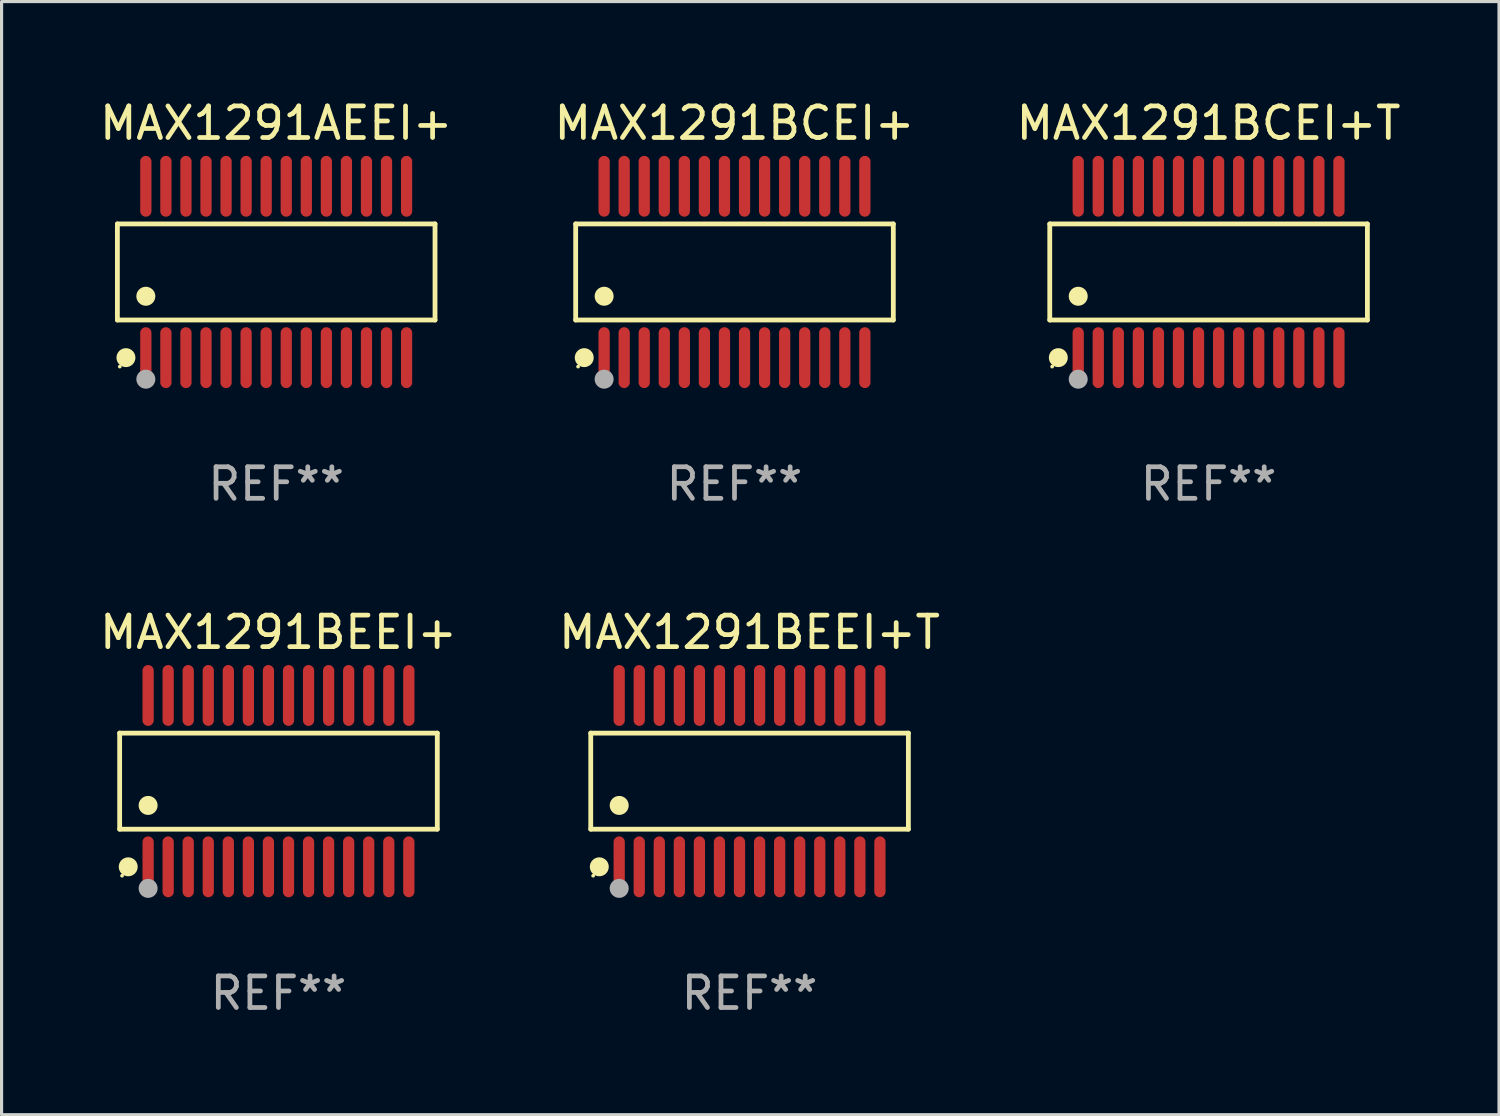
<source format=kicad_pcb>
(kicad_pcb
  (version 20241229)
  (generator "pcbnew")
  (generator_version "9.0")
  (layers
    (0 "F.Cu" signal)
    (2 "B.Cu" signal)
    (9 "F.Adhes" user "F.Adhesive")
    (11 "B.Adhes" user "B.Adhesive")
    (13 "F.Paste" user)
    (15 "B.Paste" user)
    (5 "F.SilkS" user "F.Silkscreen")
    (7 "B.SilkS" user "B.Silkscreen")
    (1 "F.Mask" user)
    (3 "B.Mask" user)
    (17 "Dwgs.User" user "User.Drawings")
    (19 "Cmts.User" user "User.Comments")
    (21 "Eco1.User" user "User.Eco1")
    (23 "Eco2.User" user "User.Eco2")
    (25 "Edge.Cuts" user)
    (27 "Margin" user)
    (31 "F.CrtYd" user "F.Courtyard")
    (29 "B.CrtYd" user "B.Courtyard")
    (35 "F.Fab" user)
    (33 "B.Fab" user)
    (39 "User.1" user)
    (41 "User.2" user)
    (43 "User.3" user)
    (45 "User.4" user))
  (footprint "MAX1291BCEI+"
    (layer "F.Cu")
    (at 20.208 5.562)
    (property "Reference" "MAX1291BCEI+" (at 0 -4.713 0) (layer "F.SilkS") (effects (font (size 1 1) (thickness 0.15))))
    (attr through_hole)
    (fp_line (start -5.029 -1.521) (end 5.029 -1.521) (stroke (width 0.152) (type solid)) (layer "F.SilkS"))
    (fp_line (start -5.029 1.521) (end -5.029 -1.521) (stroke (width 0.152) (type solid)) (layer "F.SilkS"))
    (fp_line (start 5.029 -1.521) (end 5.029 1.521) (stroke (width 0.152) (type solid)) (layer "F.SilkS"))
    (fp_line (start 5.029 1.521) (end -5.029 1.521) (stroke (width 0.152) (type solid)) (layer "F.SilkS"))
    (fp_circle (center -4.953 2.995) (end -4.923 2.995) (stroke (width 0.06) (type solid)) (fill no) (layer "F.SilkS"))
    (fp_circle (center -4.758 2.713) (end -4.608 2.713) (stroke (width 0.3) (type solid)) (fill no) (layer "F.SilkS"))
    (fp_circle (center -4.128 0.769) (end -3.977 0.769) (stroke (width 0.3) (type solid)) (fill no) (layer "F.SilkS"))
    (fp_circle (center -4.128 3.395) (end -3.977 3.395) (stroke (width 0.3) (type solid)) (fill no) (layer "F.Fab"))
    (fp_text user "REF**" (at 0 6.713 0) (layer "F.Fab") (effects (font (size 1 1) (thickness 0.15))))
    (pad "1" smd oval (at -4.128 2.713) (size 0.356 1.927) (layers "F.Cu" "F.Mask" "F.Paste"))
    (pad "2" smd oval (at -3.493 2.713) (size 0.356 1.927) (layers "F.Cu" "F.Mask" "F.Paste"))
    (pad "3" smd oval (at -2.858 2.713) (size 0.356 1.927) (layers "F.Cu" "F.Mask" "F.Paste"))
    (pad "4" smd oval (at -2.223 2.713) (size 0.356 1.927) (layers "F.Cu" "F.Mask" "F.Paste"))
    (pad "5" smd oval (at -1.588 2.713) (size 0.356 1.927) (layers "F.Cu" "F.Mask" "F.Paste"))
    (pad "6" smd oval (at -0.953 2.713) (size 0.356 1.927) (layers "F.Cu" "F.Mask" "F.Paste"))
    (pad "7" smd oval (at -0.318 2.713) (size 0.356 1.927) (layers "F.Cu" "F.Mask" "F.Paste"))
    (pad "8" smd oval (at 0.318 2.713) (size 0.356 1.927) (layers "F.Cu" "F.Mask" "F.Paste"))
    (pad "9" smd oval (at 0.953 2.713) (size 0.356 1.927) (layers "F.Cu" "F.Mask" "F.Paste"))
    (pad "10" smd oval (at 1.588 2.713) (size 0.356 1.927) (layers "F.Cu" "F.Mask" "F.Paste"))
    (pad "11" smd oval (at 2.223 2.713) (size 0.356 1.927) (layers "F.Cu" "F.Mask" "F.Paste"))
    (pad "12" smd oval (at 2.858 2.713) (size 0.356 1.927) (layers "F.Cu" "F.Mask" "F.Paste"))
    (pad "13" smd oval (at 3.493 2.713) (size 0.356 1.927) (layers "F.Cu" "F.Mask" "F.Paste"))
    (pad "14" smd oval (at 4.128 2.713) (size 0.356 1.927) (layers "F.Cu" "F.Mask" "F.Paste"))
    (pad "15" smd oval (at 4.128 -2.713) (size 0.356 1.927) (layers "F.Cu" "F.Mask" "F.Paste"))
    (pad "16" smd oval (at 3.493 -2.713) (size 0.356 1.927) (layers "F.Cu" "F.Mask" "F.Paste"))
    (pad "17" smd oval (at 2.858 -2.713) (size 0.356 1.927) (layers "F.Cu" "F.Mask" "F.Paste"))
    (pad "18" smd oval (at 2.223 -2.713) (size 0.356 1.927) (layers "F.Cu" "F.Mask" "F.Paste"))
    (pad "19" smd oval (at 1.588 -2.713) (size 0.356 1.927) (layers "F.Cu" "F.Mask" "F.Paste"))
    (pad "20" smd oval (at 0.953 -2.713) (size 0.356 1.927) (layers "F.Cu" "F.Mask" "F.Paste"))
    (pad "21" smd oval (at 0.318 -2.713) (size 0.356 1.927) (layers "F.Cu" "F.Mask" "F.Paste"))
    (pad "22" smd oval (at -0.318 -2.713) (size 0.356 1.927) (layers "F.Cu" "F.Mask" "F.Paste"))
    (pad "23" smd oval (at -0.953 -2.713) (size 0.356 1.927) (layers "F.Cu" "F.Mask" "F.Paste"))
    (pad "24" smd oval (at -1.588 -2.713) (size 0.356 1.927) (layers "F.Cu" "F.Mask" "F.Paste"))
    (pad "25" smd oval (at -2.223 -2.713) (size 0.356 1.927) (layers "F.Cu" "F.Mask" "F.Paste"))
    (pad "26" smd oval (at -2.858 -2.713) (size 0.356 1.927) (layers "F.Cu" "F.Mask" "F.Paste"))
    (pad "27" smd oval (at -3.493 -2.713) (size 0.356 1.927) (layers "F.Cu" "F.Mask" "F.Paste"))
    (pad "28" smd oval (at -4.128 -2.713) (size 0.356 1.927) (layers "F.Cu" "F.Mask" "F.Paste")))
  (footprint "MAX1291BCEI+T"
    (layer "F.Cu")
    (at 35.22 5.562)
    (property "Reference" "MAX1291BCEI+T" (at 0 -4.713 0) (layer "F.SilkS") (effects (font (size 1 1) (thickness 0.15))))
    (attr through_hole)
    (fp_line (start -5.029 -1.521) (end 5.029 -1.521) (stroke (width 0.152) (type solid)) (layer "F.SilkS"))
    (fp_line (start -5.029 1.521) (end -5.029 -1.521) (stroke (width 0.152) (type solid)) (layer "F.SilkS"))
    (fp_line (start 5.029 -1.521) (end 5.029 1.521) (stroke (width 0.152) (type solid)) (layer "F.SilkS"))
    (fp_line (start 5.029 1.521) (end -5.029 1.521) (stroke (width 0.152) (type solid)) (layer "F.SilkS"))
    (fp_circle (center -4.953 2.995) (end -4.923 2.995) (stroke (width 0.06) (type solid)) (fill no) (layer "F.SilkS"))
    (fp_circle (center -4.758 2.713) (end -4.608 2.713) (stroke (width 0.3) (type solid)) (fill no) (layer "F.SilkS"))
    (fp_circle (center -4.128 0.769) (end -3.977 0.769) (stroke (width 0.3) (type solid)) (fill no) (layer "F.SilkS"))
    (fp_circle (center -4.128 3.395) (end -3.977 3.395) (stroke (width 0.3) (type solid)) (fill no) (layer "F.Fab"))
    (fp_text user "REF**" (at 0 6.713 0) (layer "F.Fab") (effects (font (size 1 1) (thickness 0.15))))
    (pad "1" smd oval (at -4.128 2.713) (size 0.356 1.927) (layers "F.Cu" "F.Mask" "F.Paste"))
    (pad "2" smd oval (at -3.493 2.713) (size 0.356 1.927) (layers "F.Cu" "F.Mask" "F.Paste"))
    (pad "3" smd oval (at -2.858 2.713) (size 0.356 1.927) (layers "F.Cu" "F.Mask" "F.Paste"))
    (pad "4" smd oval (at -2.223 2.713) (size 0.356 1.927) (layers "F.Cu" "F.Mask" "F.Paste"))
    (pad "5" smd oval (at -1.588 2.713) (size 0.356 1.927) (layers "F.Cu" "F.Mask" "F.Paste"))
    (pad "6" smd oval (at -0.953 2.713) (size 0.356 1.927) (layers "F.Cu" "F.Mask" "F.Paste"))
    (pad "7" smd oval (at -0.318 2.713) (size 0.356 1.927) (layers "F.Cu" "F.Mask" "F.Paste"))
    (pad "8" smd oval (at 0.318 2.713) (size 0.356 1.927) (layers "F.Cu" "F.Mask" "F.Paste"))
    (pad "9" smd oval (at 0.953 2.713) (size 0.356 1.927) (layers "F.Cu" "F.Mask" "F.Paste"))
    (pad "10" smd oval (at 1.588 2.713) (size 0.356 1.927) (layers "F.Cu" "F.Mask" "F.Paste"))
    (pad "11" smd oval (at 2.223 2.713) (size 0.356 1.927) (layers "F.Cu" "F.Mask" "F.Paste"))
    (pad "12" smd oval (at 2.858 2.713) (size 0.356 1.927) (layers "F.Cu" "F.Mask" "F.Paste"))
    (pad "13" smd oval (at 3.493 2.713) (size 0.356 1.927) (layers "F.Cu" "F.Mask" "F.Paste"))
    (pad "14" smd oval (at 4.128 2.713) (size 0.356 1.927) (layers "F.Cu" "F.Mask" "F.Paste"))
    (pad "15" smd oval (at 4.128 -2.713) (size 0.356 1.927) (layers "F.Cu" "F.Mask" "F.Paste"))
    (pad "16" smd oval (at 3.493 -2.713) (size 0.356 1.927) (layers "F.Cu" "F.Mask" "F.Paste"))
    (pad "17" smd oval (at 2.858 -2.713) (size 0.356 1.927) (layers "F.Cu" "F.Mask" "F.Paste"))
    (pad "18" smd oval (at 2.223 -2.713) (size 0.356 1.927) (layers "F.Cu" "F.Mask" "F.Paste"))
    (pad "19" smd oval (at 1.588 -2.713) (size 0.356 1.927) (layers "F.Cu" "F.Mask" "F.Paste"))
    (pad "20" smd oval (at 0.953 -2.713) (size 0.356 1.927) (layers "F.Cu" "F.Mask" "F.Paste"))
    (pad "21" smd oval (at 0.318 -2.713) (size 0.356 1.927) (layers "F.Cu" "F.Mask" "F.Paste"))
    (pad "22" smd oval (at -0.318 -2.713) (size 0.356 1.927) (layers "F.Cu" "F.Mask" "F.Paste"))
    (pad "23" smd oval (at -0.953 -2.713) (size 0.356 1.927) (layers "F.Cu" "F.Mask" "F.Paste"))
    (pad "24" smd oval (at -1.588 -2.713) (size 0.356 1.927) (layers "F.Cu" "F.Mask" "F.Paste"))
    (pad "25" smd oval (at -2.223 -2.713) (size 0.356 1.927) (layers "F.Cu" "F.Mask" "F.Paste"))
    (pad "26" smd oval (at -2.858 -2.713) (size 0.356 1.927) (layers "F.Cu" "F.Mask" "F.Paste"))
    (pad "27" smd oval (at -3.493 -2.713) (size 0.356 1.927) (layers "F.Cu" "F.Mask" "F.Paste"))
    (pad "28" smd oval (at -4.128 -2.713) (size 0.356 1.927) (layers "F.Cu" "F.Mask" "F.Paste")))
  (footprint "MAX1291BEEI+T"
    (layer "F.Cu")
    (at 20.685 21.685)
    (property "Reference" "MAX1291BEEI+T" (at 0 -4.713 0) (layer "F.SilkS") (effects (font (size 1 1) (thickness 0.15))))
    (attr through_hole)
    (fp_line (start -5.029 -1.521) (end 5.029 -1.521) (stroke (width 0.152) (type solid)) (layer "F.SilkS"))
    (fp_line (start -5.029 1.521) (end -5.029 -1.521) (stroke (width 0.152) (type solid)) (layer "F.SilkS"))
    (fp_line (start 5.029 -1.521) (end 5.029 1.521) (stroke (width 0.152) (type solid)) (layer "F.SilkS"))
    (fp_line (start 5.029 1.521) (end -5.029 1.521) (stroke (width 0.152) (type solid)) (layer "F.SilkS"))
    (fp_circle (center -4.953 2.995) (end -4.923 2.995) (stroke (width 0.06) (type solid)) (fill no) (layer "F.SilkS"))
    (fp_circle (center -4.758 2.713) (end -4.608 2.713) (stroke (width 0.3) (type solid)) (fill no) (layer "F.SilkS"))
    (fp_circle (center -4.128 0.769) (end -3.977 0.769) (stroke (width 0.3) (type solid)) (fill no) (layer "F.SilkS"))
    (fp_circle (center -4.128 3.395) (end -3.977 3.395) (stroke (width 0.3) (type solid)) (fill no) (layer "F.Fab"))
    (fp_text user "REF**" (at 0 6.713 0) (layer "F.Fab") (effects (font (size 1 1) (thickness 0.15))))
    (pad "1" smd oval (at -4.128 2.713) (size 0.356 1.927) (layers "F.Cu" "F.Mask" "F.Paste"))
    (pad "2" smd oval (at -3.493 2.713) (size 0.356 1.927) (layers "F.Cu" "F.Mask" "F.Paste"))
    (pad "3" smd oval (at -2.858 2.713) (size 0.356 1.927) (layers "F.Cu" "F.Mask" "F.Paste"))
    (pad "4" smd oval (at -2.223 2.713) (size 0.356 1.927) (layers "F.Cu" "F.Mask" "F.Paste"))
    (pad "5" smd oval (at -1.588 2.713) (size 0.356 1.927) (layers "F.Cu" "F.Mask" "F.Paste"))
    (pad "6" smd oval (at -0.953 2.713) (size 0.356 1.927) (layers "F.Cu" "F.Mask" "F.Paste"))
    (pad "7" smd oval (at -0.318 2.713) (size 0.356 1.927) (layers "F.Cu" "F.Mask" "F.Paste"))
    (pad "8" smd oval (at 0.318 2.713) (size 0.356 1.927) (layers "F.Cu" "F.Mask" "F.Paste"))
    (pad "9" smd oval (at 0.953 2.713) (size 0.356 1.927) (layers "F.Cu" "F.Mask" "F.Paste"))
    (pad "10" smd oval (at 1.588 2.713) (size 0.356 1.927) (layers "F.Cu" "F.Mask" "F.Paste"))
    (pad "11" smd oval (at 2.223 2.713) (size 0.356 1.927) (layers "F.Cu" "F.Mask" "F.Paste"))
    (pad "12" smd oval (at 2.858 2.713) (size 0.356 1.927) (layers "F.Cu" "F.Mask" "F.Paste"))
    (pad "13" smd oval (at 3.493 2.713) (size 0.356 1.927) (layers "F.Cu" "F.Mask" "F.Paste"))
    (pad "14" smd oval (at 4.128 2.713) (size 0.356 1.927) (layers "F.Cu" "F.Mask" "F.Paste"))
    (pad "15" smd oval (at 4.128 -2.713) (size 0.356 1.927) (layers "F.Cu" "F.Mask" "F.Paste"))
    (pad "16" smd oval (at 3.493 -2.713) (size 0.356 1.927) (layers "F.Cu" "F.Mask" "F.Paste"))
    (pad "17" smd oval (at 2.858 -2.713) (size 0.356 1.927) (layers "F.Cu" "F.Mask" "F.Paste"))
    (pad "18" smd oval (at 2.223 -2.713) (size 0.356 1.927) (layers "F.Cu" "F.Mask" "F.Paste"))
    (pad "19" smd oval (at 1.588 -2.713) (size 0.356 1.927) (layers "F.Cu" "F.Mask" "F.Paste"))
    (pad "20" smd oval (at 0.953 -2.713) (size 0.356 1.927) (layers "F.Cu" "F.Mask" "F.Paste"))
    (pad "21" smd oval (at 0.318 -2.713) (size 0.356 1.927) (layers "F.Cu" "F.Mask" "F.Paste"))
    (pad "22" smd oval (at -0.318 -2.713) (size 0.356 1.927) (layers "F.Cu" "F.Mask" "F.Paste"))
    (pad "23" smd oval (at -0.953 -2.713) (size 0.356 1.927) (layers "F.Cu" "F.Mask" "F.Paste"))
    (pad "24" smd oval (at -1.588 -2.713) (size 0.356 1.927) (layers "F.Cu" "F.Mask" "F.Paste"))
    (pad "25" smd oval (at -2.223 -2.713) (size 0.356 1.927) (layers "F.Cu" "F.Mask" "F.Paste"))
    (pad "26" smd oval (at -2.858 -2.713) (size 0.356 1.927) (layers "F.Cu" "F.Mask" "F.Paste"))
    (pad "27" smd oval (at -3.493 -2.713) (size 0.356 1.927) (layers "F.Cu" "F.Mask" "F.Paste"))
    (pad "28" smd oval (at -4.128 -2.713) (size 0.356 1.927) (layers "F.Cu" "F.Mask" "F.Paste")))
  (footprint "MAX1291AEEI+"
    (layer "F.Cu")
    (at 5.696 5.562)
    (property "Reference" "MAX1291AEEI+" (at 0 -4.713 0) (layer "F.SilkS") (effects (font (size 1 1) (thickness 0.15))))
    (attr through_hole)
    (fp_line (start -5.029 -1.521) (end 5.029 -1.521) (stroke (width 0.152) (type solid)) (layer "F.SilkS"))
    (fp_line (start -5.029 1.521) (end -5.029 -1.521) (stroke (width 0.152) (type solid)) (layer "F.SilkS"))
    (fp_line (start 5.029 -1.521) (end 5.029 1.521) (stroke (width 0.152) (type solid)) (layer "F.SilkS"))
    (fp_line (start 5.029 1.521) (end -5.029 1.521) (stroke (width 0.152) (type solid)) (layer "F.SilkS"))
    (fp_circle (center -4.953 2.995) (end -4.923 2.995) (stroke (width 0.06) (type solid)) (fill no) (layer "F.SilkS"))
    (fp_circle (center -4.758 2.713) (end -4.608 2.713) (stroke (width 0.3) (type solid)) (fill no) (layer "F.SilkS"))
    (fp_circle (center -4.128 0.769) (end -3.977 0.769) (stroke (width 0.3) (type solid)) (fill no) (layer "F.SilkS"))
    (fp_circle (center -4.128 3.395) (end -3.977 3.395) (stroke (width 0.3) (type solid)) (fill no) (layer "F.Fab"))
    (fp_text user "REF**" (at 0 6.713 0) (layer "F.Fab") (effects (font (size 1 1) (thickness 0.15))))
    (pad "1" smd oval (at -4.128 2.713) (size 0.356 1.927) (layers "F.Cu" "F.Mask" "F.Paste"))
    (pad "2" smd oval (at -3.493 2.713) (size 0.356 1.927) (layers "F.Cu" "F.Mask" "F.Paste"))
    (pad "3" smd oval (at -2.858 2.713) (size 0.356 1.927) (layers "F.Cu" "F.Mask" "F.Paste"))
    (pad "4" smd oval (at -2.223 2.713) (size 0.356 1.927) (layers "F.Cu" "F.Mask" "F.Paste"))
    (pad "5" smd oval (at -1.588 2.713) (size 0.356 1.927) (layers "F.Cu" "F.Mask" "F.Paste"))
    (pad "6" smd oval (at -0.953 2.713) (size 0.356 1.927) (layers "F.Cu" "F.Mask" "F.Paste"))
    (pad "7" smd oval (at -0.318 2.713) (size 0.356 1.927) (layers "F.Cu" "F.Mask" "F.Paste"))
    (pad "8" smd oval (at 0.318 2.713) (size 0.356 1.927) (layers "F.Cu" "F.Mask" "F.Paste"))
    (pad "9" smd oval (at 0.953 2.713) (size 0.356 1.927) (layers "F.Cu" "F.Mask" "F.Paste"))
    (pad "10" smd oval (at 1.588 2.713) (size 0.356 1.927) (layers "F.Cu" "F.Mask" "F.Paste"))
    (pad "11" smd oval (at 2.223 2.713) (size 0.356 1.927) (layers "F.Cu" "F.Mask" "F.Paste"))
    (pad "12" smd oval (at 2.858 2.713) (size 0.356 1.927) (layers "F.Cu" "F.Mask" "F.Paste"))
    (pad "13" smd oval (at 3.493 2.713) (size 0.356 1.927) (layers "F.Cu" "F.Mask" "F.Paste"))
    (pad "14" smd oval (at 4.128 2.713) (size 0.356 1.927) (layers "F.Cu" "F.Mask" "F.Paste"))
    (pad "15" smd oval (at 4.128 -2.713) (size 0.356 1.927) (layers "F.Cu" "F.Mask" "F.Paste"))
    (pad "16" smd oval (at 3.493 -2.713) (size 0.356 1.927) (layers "F.Cu" "F.Mask" "F.Paste"))
    (pad "17" smd oval (at 2.858 -2.713) (size 0.356 1.927) (layers "F.Cu" "F.Mask" "F.Paste"))
    (pad "18" smd oval (at 2.223 -2.713) (size 0.356 1.927) (layers "F.Cu" "F.Mask" "F.Paste"))
    (pad "19" smd oval (at 1.588 -2.713) (size 0.356 1.927) (layers "F.Cu" "F.Mask" "F.Paste"))
    (pad "20" smd oval (at 0.953 -2.713) (size 0.356 1.927) (layers "F.Cu" "F.Mask" "F.Paste"))
    (pad "21" smd oval (at 0.318 -2.713) (size 0.356 1.927) (layers "F.Cu" "F.Mask" "F.Paste"))
    (pad "22" smd oval (at -0.318 -2.713) (size 0.356 1.927) (layers "F.Cu" "F.Mask" "F.Paste"))
    (pad "23" smd oval (at -0.953 -2.713) (size 0.356 1.927) (layers "F.Cu" "F.Mask" "F.Paste"))
    (pad "24" smd oval (at -1.588 -2.713) (size 0.356 1.927) (layers "F.Cu" "F.Mask" "F.Paste"))
    (pad "25" smd oval (at -2.223 -2.713) (size 0.356 1.927) (layers "F.Cu" "F.Mask" "F.Paste"))
    (pad "26" smd oval (at -2.858 -2.713) (size 0.356 1.927) (layers "F.Cu" "F.Mask" "F.Paste"))
    (pad "27" smd oval (at -3.493 -2.713) (size 0.356 1.927) (layers "F.Cu" "F.Mask" "F.Paste"))
    (pad "28" smd oval (at -4.128 -2.713) (size 0.356 1.927) (layers "F.Cu" "F.Mask" "F.Paste")))
  (footprint "MAX1291BEEI+"
    (layer "F.Cu")
    (at 5.768 21.685)
    (property "Reference" "MAX1291BEEI+" (at 0 -4.713 0) (layer "F.SilkS") (effects (font (size 1 1) (thickness 0.15))))
    (attr through_hole)
    (fp_line (start -5.029 -1.521) (end 5.029 -1.521) (stroke (width 0.152) (type solid)) (layer "F.SilkS"))
    (fp_line (start -5.029 1.521) (end -5.029 -1.521) (stroke (width 0.152) (type solid)) (layer "F.SilkS"))
    (fp_line (start 5.029 -1.521) (end 5.029 1.521) (stroke (width 0.152) (type solid)) (layer "F.SilkS"))
    (fp_line (start 5.029 1.521) (end -5.029 1.521) (stroke (width 0.152) (type solid)) (layer "F.SilkS"))
    (fp_circle (center -4.953 2.995) (end -4.923 2.995) (stroke (width 0.06) (type solid)) (fill no) (layer "F.SilkS"))
    (fp_circle (center -4.758 2.713) (end -4.608 2.713) (stroke (width 0.3) (type solid)) (fill no) (layer "F.SilkS"))
    (fp_circle (center -4.128 0.769) (end -3.977 0.769) (stroke (width 0.3) (type solid)) (fill no) (layer "F.SilkS"))
    (fp_circle (center -4.128 3.395) (end -3.977 3.395) (stroke (width 0.3) (type solid)) (fill no) (layer "F.Fab"))
    (fp_text user "REF**" (at 0 6.713 0) (layer "F.Fab") (effects (font (size 1 1) (thickness 0.15))))
    (pad "1" smd oval (at -4.128 2.713) (size 0.356 1.927) (layers "F.Cu" "F.Mask" "F.Paste"))
    (pad "2" smd oval (at -3.493 2.713) (size 0.356 1.927) (layers "F.Cu" "F.Mask" "F.Paste"))
    (pad "3" smd oval (at -2.858 2.713) (size 0.356 1.927) (layers "F.Cu" "F.Mask" "F.Paste"))
    (pad "4" smd oval (at -2.223 2.713) (size 0.356 1.927) (layers "F.Cu" "F.Mask" "F.Paste"))
    (pad "5" smd oval (at -1.588 2.713) (size 0.356 1.927) (layers "F.Cu" "F.Mask" "F.Paste"))
    (pad "6" smd oval (at -0.953 2.713) (size 0.356 1.927) (layers "F.Cu" "F.Mask" "F.Paste"))
    (pad "7" smd oval (at -0.318 2.713) (size 0.356 1.927) (layers "F.Cu" "F.Mask" "F.Paste"))
    (pad "8" smd oval (at 0.318 2.713) (size 0.356 1.927) (layers "F.Cu" "F.Mask" "F.Paste"))
    (pad "9" smd oval (at 0.953 2.713) (size 0.356 1.927) (layers "F.Cu" "F.Mask" "F.Paste"))
    (pad "10" smd oval (at 1.588 2.713) (size 0.356 1.927) (layers "F.Cu" "F.Mask" "F.Paste"))
    (pad "11" smd oval (at 2.223 2.713) (size 0.356 1.927) (layers "F.Cu" "F.Mask" "F.Paste"))
    (pad "12" smd oval (at 2.858 2.713) (size 0.356 1.927) (layers "F.Cu" "F.Mask" "F.Paste"))
    (pad "13" smd oval (at 3.493 2.713) (size 0.356 1.927) (layers "F.Cu" "F.Mask" "F.Paste"))
    (pad "14" smd oval (at 4.128 2.713) (size 0.356 1.927) (layers "F.Cu" "F.Mask" "F.Paste"))
    (pad "15" smd oval (at 4.128 -2.713) (size 0.356 1.927) (layers "F.Cu" "F.Mask" "F.Paste"))
    (pad "16" smd oval (at 3.493 -2.713) (size 0.356 1.927) (layers "F.Cu" "F.Mask" "F.Paste"))
    (pad "17" smd oval (at 2.858 -2.713) (size 0.356 1.927) (layers "F.Cu" "F.Mask" "F.Paste"))
    (pad "18" smd oval (at 2.223 -2.713) (size 0.356 1.927) (layers "F.Cu" "F.Mask" "F.Paste"))
    (pad "19" smd oval (at 1.588 -2.713) (size 0.356 1.927) (layers "F.Cu" "F.Mask" "F.Paste"))
    (pad "20" smd oval (at 0.953 -2.713) (size 0.356 1.927) (layers "F.Cu" "F.Mask" "F.Paste"))
    (pad "21" smd oval (at 0.318 -2.713) (size 0.356 1.927) (layers "F.Cu" "F.Mask" "F.Paste"))
    (pad "22" smd oval (at -0.318 -2.713) (size 0.356 1.927) (layers "F.Cu" "F.Mask" "F.Paste"))
    (pad "23" smd oval (at -0.953 -2.713) (size 0.356 1.927) (layers "F.Cu" "F.Mask" "F.Paste"))
    (pad "24" smd oval (at -1.588 -2.713) (size 0.356 1.927) (layers "F.Cu" "F.Mask" "F.Paste"))
    (pad "25" smd oval (at -2.223 -2.713) (size 0.356 1.927) (layers "F.Cu" "F.Mask" "F.Paste"))
    (pad "26" smd oval (at -2.858 -2.713) (size 0.356 1.927) (layers "F.Cu" "F.Mask" "F.Paste"))
    (pad "27" smd oval (at -3.493 -2.713) (size 0.356 1.927) (layers "F.Cu" "F.Mask" "F.Paste"))
    (pad "28" smd oval (at -4.128 -2.713) (size 0.356 1.927) (layers "F.Cu" "F.Mask" "F.Paste")))
  (gr_rect
    (start -3 -3)
    (end 44.417 32.247)
    (stroke (width 0.1) (type default))
    (fill no)
    (layer "Edge.Cuts")))
</source>
